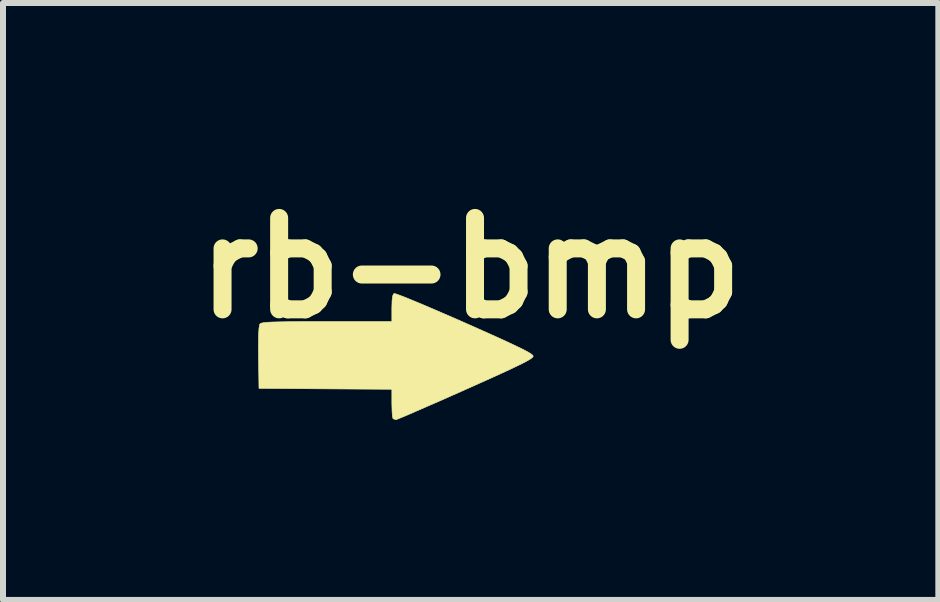
<source format=kicad_pcb>
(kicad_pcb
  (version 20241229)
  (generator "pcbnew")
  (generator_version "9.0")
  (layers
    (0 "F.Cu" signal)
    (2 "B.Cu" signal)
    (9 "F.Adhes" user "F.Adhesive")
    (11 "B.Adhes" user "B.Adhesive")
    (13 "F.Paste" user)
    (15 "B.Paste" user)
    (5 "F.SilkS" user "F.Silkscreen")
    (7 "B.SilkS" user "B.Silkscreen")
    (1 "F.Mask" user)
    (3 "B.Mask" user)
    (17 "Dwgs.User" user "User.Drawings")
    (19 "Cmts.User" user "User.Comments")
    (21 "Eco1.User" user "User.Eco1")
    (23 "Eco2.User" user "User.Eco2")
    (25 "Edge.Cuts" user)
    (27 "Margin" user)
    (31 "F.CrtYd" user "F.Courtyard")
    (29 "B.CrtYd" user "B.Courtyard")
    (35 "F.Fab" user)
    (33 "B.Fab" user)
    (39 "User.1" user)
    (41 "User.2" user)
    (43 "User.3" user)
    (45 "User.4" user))
  (footprint "rb-bmp"
    (layer "F.Cu")
    (at 3.427 2.988)
    (property "Reference" "rb-bmp" (at 1.37 -1.57 0) (layer "F.SilkS") (effects (font (size 1.524 1.524) (thickness 0.3))))
    (attr through_hole)
    (fp_poly (pts (xy 0.127 -1.137) (xy 0.207 -1.108) (xy 0.326 -1.061) (xy 0.481 -0.997) (xy 0.666 -0.919) (xy 0.875 -0.829) (xy 1.104 -0.73) (xy 1.273 -0.656) (xy 1.556 -0.53) (xy 1.79 -0.425) (xy 1.981 -0.338) (xy 2.131 -0.267) (xy 2.245 -0.212) (xy 2.326 -0.169) (xy 2.379 -0.136) (xy 2.406 -0.113) (xy 2.413 -0.099) (xy 2.403 -0.082) (xy 2.372 -0.057) (xy 2.315 -0.023) (xy 2.228 0.023) (xy 2.108 0.081) (xy 1.951 0.155) (xy 1.752 0.246) (xy 1.509 0.355) (xy 1.284 0.456) (xy 1.047 0.561) (xy 0.826 0.659) (xy 0.625 0.746) (xy 0.451 0.822) (xy 0.309 0.884) (xy 0.203 0.928) (xy 0.14 0.954) (xy 0.125 0.959) (xy 0.079 0.944) (xy 0.075 0.941) (xy 0.067 0.906) (xy 0.06 0.829) (xy 0.057 0.724) (xy 0.056 0.687) (xy 0.056 0.452) (xy -1.051 0.445) (xy -2.159 0.437) (xy -2.167 -0.081) (xy -2.168 -0.295) (xy -2.166 -0.455) (xy -2.159 -0.564) (xy -2.149 -0.625) (xy -2.142 -0.638) (xy -2.125 -0.649) (xy -2.088 -0.657) (xy -2.027 -0.664) (xy -1.936 -0.669) (xy -1.812 -0.672) (xy -1.648 -0.675) (xy -1.44 -0.677) (xy -1.184 -0.677) (xy -1.027 -0.677) (xy 0.056 -0.677) (xy 0.056 -0.904) (xy 0.06 -1.03) (xy 0.07 -1.107) (xy 0.089 -1.142) (xy 0.094 -1.145) (xy 0.127 -1.137)) (stroke (width 0.01) (type solid)) (fill yes) (layer "F.SilkS")))
  (gr_rect
    (start -3 -3)
    (end 12.594 6.952)
    (stroke (width 0.1) (type default))
    (fill no)
    (layer "Edge.Cuts")))
</source>
